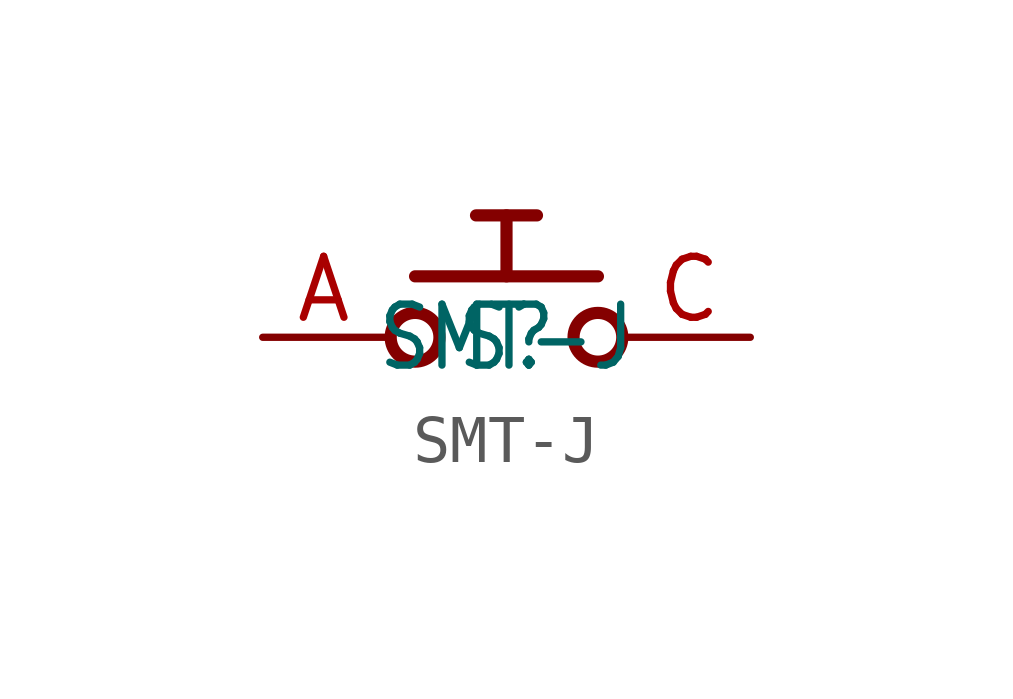
<source format=kicad_sym>
(kicad_symbol_lib
  (version 20211014)
  (generator kicad_symbol_editor)
  (symbol "SMT-J"
    (pin_names
      (offset 1.016) hide)
    (property "Reference" "S"
      (at 0 0 0)
      (effects (font (size 1.27 1.086))))
    (property "Value" "SMT-J"
      (at 0 0 0)
      (effects (font (size 1.27 1.086))))
    (symbol "SMT-J_0_0")
    (symbol "SMT-J_0_1"
      (polyline (pts (xy -1.905 1.27) (xy 0.0 1.27) (xy 1.905 1.27)) (stroke (width 0.254) (type default) (color 0 0 0 0)))
      (polyline (pts (xy 0.0 1.27) (xy 0.0 2.54) (xy -0.635 2.54)) (stroke (width 0.254) (type default) (color 0 0 0 0)))
      (polyline (pts (xy 0.0 2.54) (xy 0.635 2.54)) (stroke (width 0.254) (type default) (color 0 0 0 0)))
      (circle (center -1.905 0) (radius 0.508) (stroke (width 0.254) (type default) (color 0 0 0 0)))
      (circle (center 1.905 0) (radius 0.508) (stroke (width 0.254) (type default) (color 0 0 0 0))))
    (symbol "SMT-J_1_1"
      (pin bidirectional line (at -5.08 0 0) (length 2.54) (name "P$1" (effects (font (size 1.27 1.086)))) (number "A" (effects (font (size 1.27 1.086)))))
      (pin bidirectional line (at -5.08 0 0) (length 2.54) hide (name "P$1" (effects (font (size 1.27 1.086)))) (number "B" (effects (font (size 1.27 1.086)))))
      (pin bidirectional line (at 5.08 0 180) (length 2.54) (name "P$2" (effects (font (size 1.27 1.086)))) (number "C" (effects (font (size 1.27 1.086)))))
      (pin bidirectional line (at 5.08 0 180) (length 2.54) hide (name "P$2" (effects (font (size 1.27 1.086)))) (number "D" (effects (font (size 1.27 1.086))))))))
</source>
